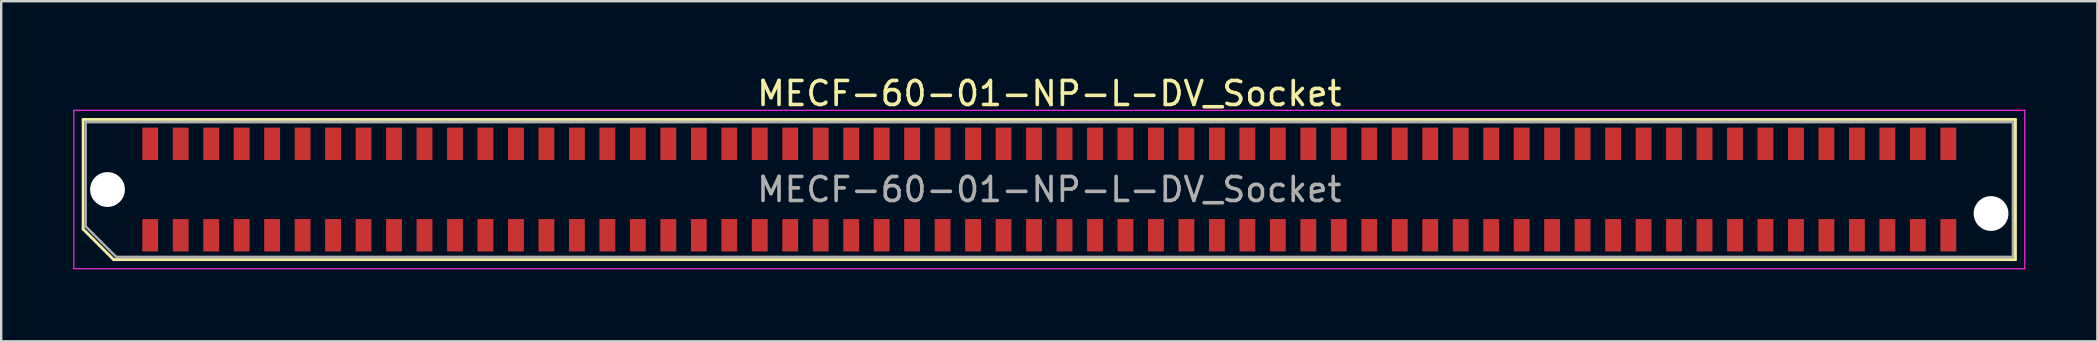
<source format=kicad_pcb>
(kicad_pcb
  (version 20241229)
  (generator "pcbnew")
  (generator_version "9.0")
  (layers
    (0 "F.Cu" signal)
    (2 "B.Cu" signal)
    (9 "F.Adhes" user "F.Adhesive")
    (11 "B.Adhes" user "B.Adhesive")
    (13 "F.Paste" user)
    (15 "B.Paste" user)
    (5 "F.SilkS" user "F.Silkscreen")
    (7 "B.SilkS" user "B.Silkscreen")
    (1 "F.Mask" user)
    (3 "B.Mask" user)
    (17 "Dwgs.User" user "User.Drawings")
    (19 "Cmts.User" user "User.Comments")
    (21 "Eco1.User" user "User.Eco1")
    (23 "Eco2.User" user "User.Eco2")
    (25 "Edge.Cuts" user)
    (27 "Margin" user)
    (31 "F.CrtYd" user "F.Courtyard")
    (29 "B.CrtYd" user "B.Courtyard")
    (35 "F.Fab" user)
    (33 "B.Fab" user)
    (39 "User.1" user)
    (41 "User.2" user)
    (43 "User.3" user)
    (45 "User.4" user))
  (footprint "MECF-60-01-NP-L-DV_Socket"
    (layer "F.Cu")
    (at 40.675 4.848)
    (property "Reference" "MECF-60-01-NP-L-DV_Socket" (at 0 -4 0) (layer "F.SilkS") (effects (font (size 1 1) (thickness 0.15))))
    (attr smd)
    (fp_line (start -40.26 -2.92) (end 40.26 -2.92) (stroke (width 0.12) (type solid)) (layer "F.SilkS"))
    (fp_line (start -40.26 1.65) (end -40.26 -2.92) (stroke (width 0.12) (type solid)) (layer "F.SilkS"))
    (fp_line (start -38.99 2.92) (end -40.26 1.65) (stroke (width 0.12) (type solid)) (layer "F.SilkS"))
    (fp_line (start -38.99 2.92) (end 40.26 2.92) (stroke (width 0.12) (type solid)) (layer "F.SilkS"))
    (fp_line (start 40.26 2.92) (end 40.26 -2.92) (stroke (width 0.12) (type solid)) (layer "F.SilkS"))
    (fp_line (start -40.65 -3.3) (end -40.65 3.3) (stroke (width 0.05) (type solid)) (layer "F.CrtYd"))
    (fp_line (start -40.65 3.3) (end 40.65 3.3) (stroke (width 0.05) (type solid)) (layer "F.CrtYd"))
    (fp_line (start 40.65 -3.3) (end -40.65 -3.3) (stroke (width 0.05) (type solid)) (layer "F.CrtYd"))
    (fp_line (start 40.65 3.3) (end 40.65 -3.3) (stroke (width 0.05) (type solid)) (layer "F.CrtYd"))
    (fp_line (start -40.155 -2.805) (end 40.155 -2.805) (stroke (width 0.1) (type solid)) (layer "F.Fab"))
    (fp_line (start -40.155 1.535) (end -40.155 -2.805) (stroke (width 0.1) (type solid)) (layer "F.Fab"))
    (fp_line (start -40.155 1.535) (end -38.885 2.805) (stroke (width 0.1) (type solid)) (layer "F.Fab"))
    (fp_line (start -38.885 2.805) (end 40.155 2.805) (stroke (width 0.1) (type solid)) (layer "F.Fab"))
    (fp_line (start 40.155 2.805) (end 40.155 -2.805) (stroke (width 0.1) (type solid)) (layer "F.Fab"))
    (fp_text user "${REFERENCE}" (at 0 0 0) (layer "F.Fab") (effects (font (size 1 1) (thickness 0.15))))
    (pad "" np_thru_hole circle (at -39.245 0) (size 1.45 1.45) (drill 1.45) (layers "*.Cu" "*.Mask"))
    (pad "" np_thru_hole circle (at 39.245 1) (size 1.45 1.45) (drill 1.45) (layers "*.Cu" "*.Mask"))
    (pad "1" smd rect (at -37.465 1.905) (size 0.66 1.35) (layers "F.Cu" "F.Mask" "F.Paste"))
    (pad "2" smd rect (at -37.465 -1.905) (size 0.66 1.35) (layers "F.Cu" "F.Mask" "F.Paste"))
    (pad "3" smd rect (at -36.195 1.905) (size 0.66 1.35) (layers "F.Cu" "F.Mask" "F.Paste"))
    (pad "4" smd rect (at -36.195 -1.905) (size 0.66 1.35) (layers "F.Cu" "F.Mask" "F.Paste"))
    (pad "5" smd rect (at -34.925 1.905) (size 0.66 1.35) (layers "F.Cu" "F.Mask" "F.Paste"))
    (pad "6" smd rect (at -34.925 -1.905) (size 0.66 1.35) (layers "F.Cu" "F.Mask" "F.Paste"))
    (pad "7" smd rect (at -33.655 1.905) (size 0.66 1.35) (layers "F.Cu" "F.Mask" "F.Paste"))
    (pad "8" smd rect (at -33.655 -1.905) (size 0.66 1.35) (layers "F.Cu" "F.Mask" "F.Paste"))
    (pad "9" smd rect (at -32.385 1.905) (size 0.66 1.35) (layers "F.Cu" "F.Mask" "F.Paste"))
    (pad "10" smd rect (at -32.385 -1.905) (size 0.66 1.35) (layers "F.Cu" "F.Mask" "F.Paste"))
    (pad "11" smd rect (at -31.115 1.905) (size 0.66 1.35) (layers "F.Cu" "F.Mask" "F.Paste"))
    (pad "12" smd rect (at -31.115 -1.905) (size 0.66 1.35) (layers "F.Cu" "F.Mask" "F.Paste"))
    (pad "13" smd rect (at -29.845 1.905) (size 0.66 1.35) (layers "F.Cu" "F.Mask" "F.Paste"))
    (pad "14" smd rect (at -29.845 -1.905) (size 0.66 1.35) (layers "F.Cu" "F.Mask" "F.Paste"))
    (pad "15" smd rect (at -28.575 1.905) (size 0.66 1.35) (layers "F.Cu" "F.Mask" "F.Paste"))
    (pad "16" smd rect (at -28.575 -1.905) (size 0.66 1.35) (layers "F.Cu" "F.Mask" "F.Paste"))
    (pad "17" smd rect (at -27.305 1.905) (size 0.66 1.35) (layers "F.Cu" "F.Mask" "F.Paste"))
    (pad "18" smd rect (at -27.305 -1.905) (size 0.66 1.35) (layers "F.Cu" "F.Mask" "F.Paste"))
    (pad "19" smd rect (at -26.035 1.905) (size 0.66 1.35) (layers "F.Cu" "F.Mask" "F.Paste"))
    (pad "20" smd rect (at -26.035 -1.905) (size 0.66 1.35) (layers "F.Cu" "F.Mask" "F.Paste"))
    (pad "21" smd rect (at -24.765 1.905) (size 0.66 1.35) (layers "F.Cu" "F.Mask" "F.Paste"))
    (pad "22" smd rect (at -24.765 -1.905) (size 0.66 1.35) (layers "F.Cu" "F.Mask" "F.Paste"))
    (pad "23" smd rect (at -23.495 1.905) (size 0.66 1.35) (layers "F.Cu" "F.Mask" "F.Paste"))
    (pad "24" smd rect (at -23.495 -1.905) (size 0.66 1.35) (layers "F.Cu" "F.Mask" "F.Paste"))
    (pad "25" smd rect (at -22.225 1.905) (size 0.66 1.35) (layers "F.Cu" "F.Mask" "F.Paste"))
    (pad "26" smd rect (at -22.225 -1.905) (size 0.66 1.35) (layers "F.Cu" "F.Mask" "F.Paste"))
    (pad "27" smd rect (at -20.955 1.905) (size 0.66 1.35) (layers "F.Cu" "F.Mask" "F.Paste"))
    (pad "28" smd rect (at -20.955 -1.905) (size 0.66 1.35) (layers "F.Cu" "F.Mask" "F.Paste"))
    (pad "29" smd rect (at -19.685 1.905) (size 0.66 1.35) (layers "F.Cu" "F.Mask" "F.Paste"))
    (pad "30" smd rect (at -19.685 -1.905) (size 0.66 1.35) (layers "F.Cu" "F.Mask" "F.Paste"))
    (pad "31" smd rect (at -18.415 1.905) (size 0.66 1.35) (layers "F.Cu" "F.Mask" "F.Paste"))
    (pad "32" smd rect (at -18.415 -1.905) (size 0.66 1.35) (layers "F.Cu" "F.Mask" "F.Paste"))
    (pad "33" smd rect (at -17.145 1.905) (size 0.66 1.35) (layers "F.Cu" "F.Mask" "F.Paste"))
    (pad "34" smd rect (at -17.145 -1.905) (size 0.66 1.35) (layers "F.Cu" "F.Mask" "F.Paste"))
    (pad "35" smd rect (at -15.875 1.905) (size 0.66 1.35) (layers "F.Cu" "F.Mask" "F.Paste"))
    (pad "36" smd rect (at -15.875 -1.905) (size 0.66 1.35) (layers "F.Cu" "F.Mask" "F.Paste"))
    (pad "37" smd rect (at -14.605 1.905) (size 0.66 1.35) (layers "F.Cu" "F.Mask" "F.Paste"))
    (pad "38" smd rect (at -14.605 -1.905) (size 0.66 1.35) (layers "F.Cu" "F.Mask" "F.Paste"))
    (pad "39" smd rect (at -13.335 1.905) (size 0.66 1.35) (layers "F.Cu" "F.Mask" "F.Paste"))
    (pad "40" smd rect (at -13.335 -1.905) (size 0.66 1.35) (layers "F.Cu" "F.Mask" "F.Paste"))
    (pad "41" smd rect (at -12.065 1.905) (size 0.66 1.35) (layers "F.Cu" "F.Mask" "F.Paste"))
    (pad "42" smd rect (at -12.065 -1.905) (size 0.66 1.35) (layers "F.Cu" "F.Mask" "F.Paste"))
    (pad "43" smd rect (at -10.795 1.905) (size 0.66 1.35) (layers "F.Cu" "F.Mask" "F.Paste"))
    (pad "44" smd rect (at -10.795 -1.905) (size 0.66 1.35) (layers "F.Cu" "F.Mask" "F.Paste"))
    (pad "45" smd rect (at -9.525 1.905) (size 0.66 1.35) (layers "F.Cu" "F.Mask" "F.Paste"))
    (pad "46" smd rect (at -9.525 -1.905) (size 0.66 1.35) (layers "F.Cu" "F.Mask" "F.Paste"))
    (pad "47" smd rect (at -8.255 1.905) (size 0.66 1.35) (layers "F.Cu" "F.Mask" "F.Paste"))
    (pad "48" smd rect (at -8.255 -1.905) (size 0.66 1.35) (layers "F.Cu" "F.Mask" "F.Paste"))
    (pad "49" smd rect (at -6.985 1.905) (size 0.66 1.35) (layers "F.Cu" "F.Mask" "F.Paste"))
    (pad "50" smd rect (at -6.985 -1.905) (size 0.66 1.35) (layers "F.Cu" "F.Mask" "F.Paste"))
    (pad "51" smd rect (at -5.715 1.905) (size 0.66 1.35) (layers "F.Cu" "F.Mask" "F.Paste"))
    (pad "52" smd rect (at -5.715 -1.905) (size 0.66 1.35) (layers "F.Cu" "F.Mask" "F.Paste"))
    (pad "53" smd rect (at -4.445 1.905) (size 0.66 1.35) (layers "F.Cu" "F.Mask" "F.Paste"))
    (pad "54" smd rect (at -4.445 -1.905) (size 0.66 1.35) (layers "F.Cu" "F.Mask" "F.Paste"))
    (pad "55" smd rect (at -3.175 1.905) (size 0.66 1.35) (layers "F.Cu" "F.Mask" "F.Paste"))
    (pad "56" smd rect (at -3.175 -1.905) (size 0.66 1.35) (layers "F.Cu" "F.Mask" "F.Paste"))
    (pad "57" smd rect (at -1.905 1.905) (size 0.66 1.35) (layers "F.Cu" "F.Mask" "F.Paste"))
    (pad "58" smd rect (at -1.905 -1.905) (size 0.66 1.35) (layers "F.Cu" "F.Mask" "F.Paste"))
    (pad "59" smd rect (at -0.635 1.905) (size 0.66 1.35) (layers "F.Cu" "F.Mask" "F.Paste"))
    (pad "60" smd rect (at -0.635 -1.905) (size 0.66 1.35) (layers "F.Cu" "F.Mask" "F.Paste"))
    (pad "61" smd rect (at 0.635 1.905) (size 0.66 1.35) (layers "F.Cu" "F.Mask" "F.Paste"))
    (pad "62" smd rect (at 0.635 -1.905) (size 0.66 1.35) (layers "F.Cu" "F.Mask" "F.Paste"))
    (pad "63" smd rect (at 1.905 1.905) (size 0.66 1.35) (layers "F.Cu" "F.Mask" "F.Paste"))
    (pad "64" smd rect (at 1.905 -1.905) (size 0.66 1.35) (layers "F.Cu" "F.Mask" "F.Paste"))
    (pad "65" smd rect (at 3.175 1.905) (size 0.66 1.35) (layers "F.Cu" "F.Mask" "F.Paste"))
    (pad "66" smd rect (at 3.175 -1.905) (size 0.66 1.35) (layers "F.Cu" "F.Mask" "F.Paste"))
    (pad "67" smd rect (at 4.445 1.905) (size 0.66 1.35) (layers "F.Cu" "F.Mask" "F.Paste"))
    (pad "68" smd rect (at 4.445 -1.905) (size 0.66 1.35) (layers "F.Cu" "F.Mask" "F.Paste"))
    (pad "69" smd rect (at 5.715 1.905) (size 0.66 1.35) (layers "F.Cu" "F.Mask" "F.Paste"))
    (pad "70" smd rect (at 5.715 -1.905) (size 0.66 1.35) (layers "F.Cu" "F.Mask" "F.Paste"))
    (pad "71" smd rect (at 6.985 1.905) (size 0.66 1.35) (layers "F.Cu" "F.Mask" "F.Paste"))
    (pad "72" smd rect (at 6.985 -1.905) (size 0.66 1.35) (layers "F.Cu" "F.Mask" "F.Paste"))
    (pad "73" smd rect (at 8.255 1.905) (size 0.66 1.35) (layers "F.Cu" "F.Mask" "F.Paste"))
    (pad "74" smd rect (at 8.255 -1.905) (size 0.66 1.35) (layers "F.Cu" "F.Mask" "F.Paste"))
    (pad "75" smd rect (at 9.525 1.905) (size 0.66 1.35) (layers "F.Cu" "F.Mask" "F.Paste"))
    (pad "76" smd rect (at 9.525 -1.905) (size 0.66 1.35) (layers "F.Cu" "F.Mask" "F.Paste"))
    (pad "77" smd rect (at 10.795 1.905) (size 0.66 1.35) (layers "F.Cu" "F.Mask" "F.Paste"))
    (pad "78" smd rect (at 10.795 -1.905) (size 0.66 1.35) (layers "F.Cu" "F.Mask" "F.Paste"))
    (pad "79" smd rect (at 12.065 1.905) (size 0.66 1.35) (layers "F.Cu" "F.Mask" "F.Paste"))
    (pad "80" smd rect (at 12.065 -1.905) (size 0.66 1.35) (layers "F.Cu" "F.Mask" "F.Paste"))
    (pad "81" smd rect (at 13.335 1.905) (size 0.66 1.35) (layers "F.Cu" "F.Mask" "F.Paste"))
    (pad "82" smd rect (at 13.335 -1.905) (size 0.66 1.35) (layers "F.Cu" "F.Mask" "F.Paste"))
    (pad "83" smd rect (at 14.605 1.905) (size 0.66 1.35) (layers "F.Cu" "F.Mask" "F.Paste"))
    (pad "84" smd rect (at 14.605 -1.905) (size 0.66 1.35) (layers "F.Cu" "F.Mask" "F.Paste"))
    (pad "85" smd rect (at 15.875 1.905) (size 0.66 1.35) (layers "F.Cu" "F.Mask" "F.Paste"))
    (pad "86" smd rect (at 15.875 -1.905) (size 0.66 1.35) (layers "F.Cu" "F.Mask" "F.Paste"))
    (pad "87" smd rect (at 17.145 1.905) (size 0.66 1.35) (layers "F.Cu" "F.Mask" "F.Paste"))
    (pad "88" smd rect (at 17.145 -1.905) (size 0.66 1.35) (layers "F.Cu" "F.Mask" "F.Paste"))
    (pad "89" smd rect (at 18.415 1.905) (size 0.66 1.35) (layers "F.Cu" "F.Mask" "F.Paste"))
    (pad "90" smd rect (at 18.415 -1.905) (size 0.66 1.35) (layers "F.Cu" "F.Mask" "F.Paste"))
    (pad "91" smd rect (at 19.685 1.905) (size 0.66 1.35) (layers "F.Cu" "F.Mask" "F.Paste"))
    (pad "92" smd rect (at 19.685 -1.905) (size 0.66 1.35) (layers "F.Cu" "F.Mask" "F.Paste"))
    (pad "93" smd rect (at 20.955 1.905) (size 0.66 1.35) (layers "F.Cu" "F.Mask" "F.Paste"))
    (pad "94" smd rect (at 20.955 -1.905) (size 0.66 1.35) (layers "F.Cu" "F.Mask" "F.Paste"))
    (pad "95" smd rect (at 22.225 1.905) (size 0.66 1.35) (layers "F.Cu" "F.Mask" "F.Paste"))
    (pad "96" smd rect (at 22.225 -1.905) (size 0.66 1.35) (layers "F.Cu" "F.Mask" "F.Paste"))
    (pad "97" smd rect (at 23.495 1.905) (size 0.66 1.35) (layers "F.Cu" "F.Mask" "F.Paste"))
    (pad "98" smd rect (at 23.495 -1.905) (size 0.66 1.35) (layers "F.Cu" "F.Mask" "F.Paste"))
    (pad "99" smd rect (at 24.765 1.905) (size 0.66 1.35) (layers "F.Cu" "F.Mask" "F.Paste"))
    (pad "100" smd rect (at 24.765 -1.905) (size 0.66 1.35) (layers "F.Cu" "F.Mask" "F.Paste"))
    (pad "101" smd rect (at 26.035 1.905) (size 0.66 1.35) (layers "F.Cu" "F.Mask" "F.Paste"))
    (pad "102" smd rect (at 26.035 -1.905) (size 0.66 1.35) (layers "F.Cu" "F.Mask" "F.Paste"))
    (pad "103" smd rect (at 27.305 1.905) (size 0.66 1.35) (layers "F.Cu" "F.Mask" "F.Paste"))
    (pad "104" smd rect (at 27.305 -1.905) (size 0.66 1.35) (layers "F.Cu" "F.Mask" "F.Paste"))
    (pad "105" smd rect (at 28.575 1.905) (size 0.66 1.35) (layers "F.Cu" "F.Mask" "F.Paste"))
    (pad "106" smd rect (at 28.575 -1.905) (size 0.66 1.35) (layers "F.Cu" "F.Mask" "F.Paste"))
    (pad "107" smd rect (at 29.845 1.905) (size 0.66 1.35) (layers "F.Cu" "F.Mask" "F.Paste"))
    (pad "108" smd rect (at 29.845 -1.905) (size 0.66 1.35) (layers "F.Cu" "F.Mask" "F.Paste"))
    (pad "109" smd rect (at 31.115 1.905) (size 0.66 1.35) (layers "F.Cu" "F.Mask" "F.Paste"))
    (pad "110" smd rect (at 31.115 -1.905) (size 0.66 1.35) (layers "F.Cu" "F.Mask" "F.Paste"))
    (pad "111" smd rect (at 32.385 1.905) (size 0.66 1.35) (layers "F.Cu" "F.Mask" "F.Paste"))
    (pad "112" smd rect (at 32.385 -1.905) (size 0.66 1.35) (layers "F.Cu" "F.Mask" "F.Paste"))
    (pad "113" smd rect (at 33.655 1.905) (size 0.66 1.35) (layers "F.Cu" "F.Mask" "F.Paste"))
    (pad "114" smd rect (at 33.655 -1.905) (size 0.66 1.35) (layers "F.Cu" "F.Mask" "F.Paste"))
    (pad "115" smd rect (at 34.925 1.905) (size 0.66 1.35) (layers "F.Cu" "F.Mask" "F.Paste"))
    (pad "116" smd rect (at 34.925 -1.905) (size 0.66 1.35) (layers "F.Cu" "F.Mask" "F.Paste"))
    (pad "117" smd rect (at 36.195 1.905) (size 0.66 1.35) (layers "F.Cu" "F.Mask" "F.Paste"))
    (pad "118" smd rect (at 36.195 -1.905) (size 0.66 1.35) (layers "F.Cu" "F.Mask" "F.Paste"))
    (pad "119" smd rect (at 37.465 1.905) (size 0.66 1.35) (layers "F.Cu" "F.Mask" "F.Paste"))
    (pad "120" smd rect (at 37.465 -1.905) (size 0.66 1.35) (layers "F.Cu" "F.Mask" "F.Paste")))
  (gr_rect
    (start -3 -3)
    (end 84.35 11.173)
    (stroke (width 0.1) (type default))
    (fill no)
    (layer "Edge.Cuts")))
</source>
